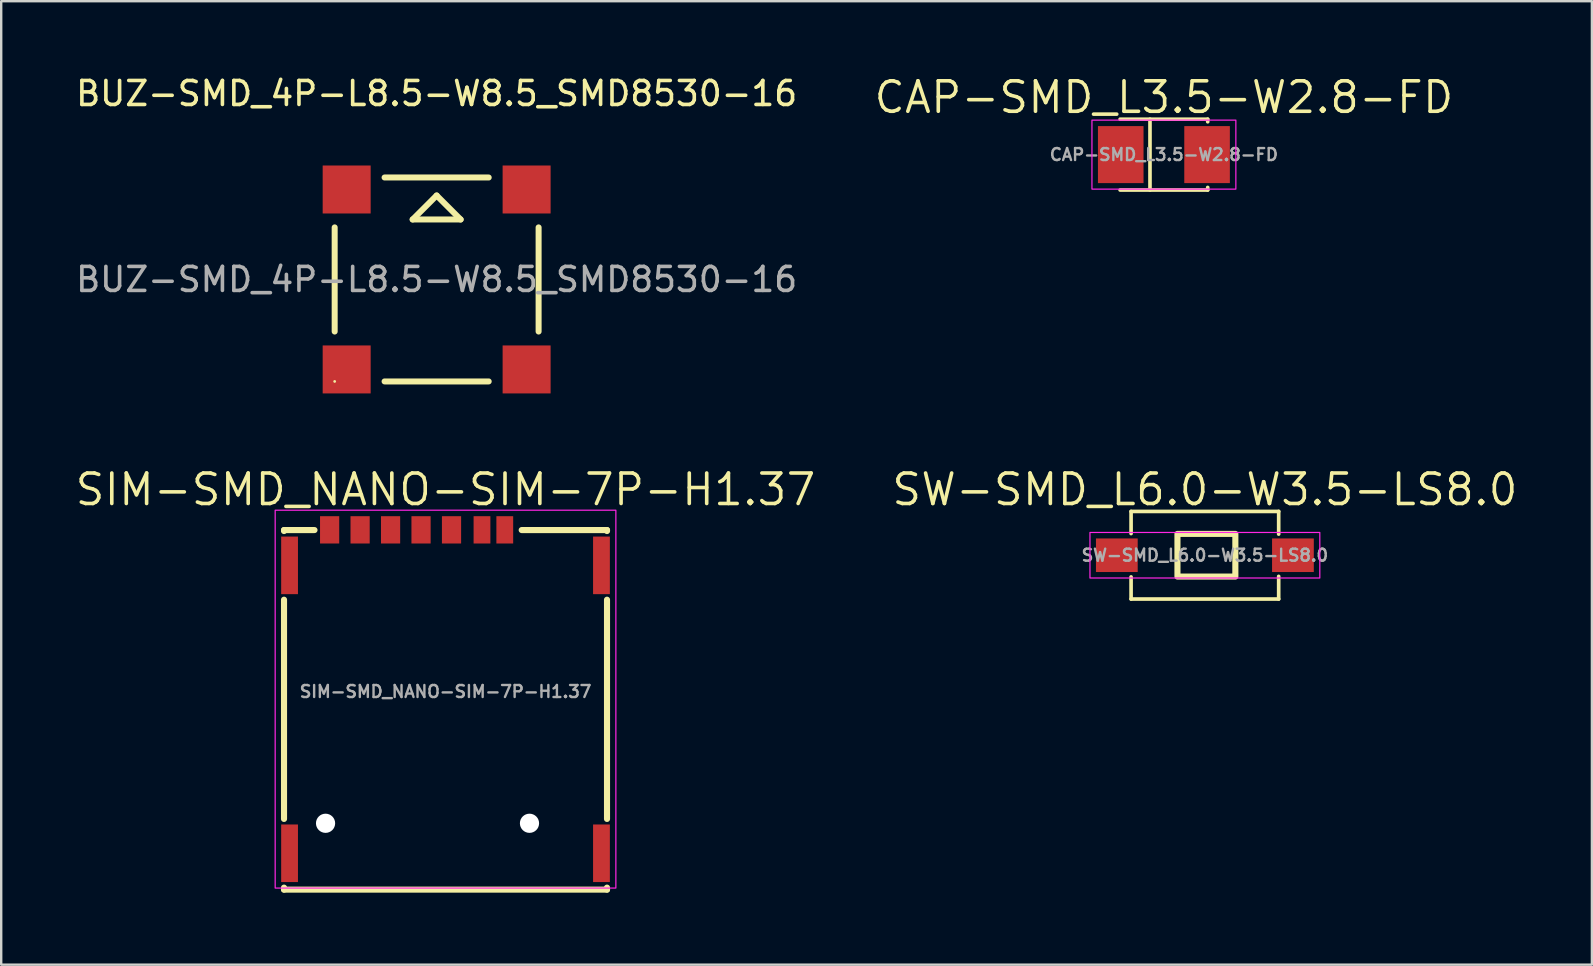
<source format=kicad_pcb>
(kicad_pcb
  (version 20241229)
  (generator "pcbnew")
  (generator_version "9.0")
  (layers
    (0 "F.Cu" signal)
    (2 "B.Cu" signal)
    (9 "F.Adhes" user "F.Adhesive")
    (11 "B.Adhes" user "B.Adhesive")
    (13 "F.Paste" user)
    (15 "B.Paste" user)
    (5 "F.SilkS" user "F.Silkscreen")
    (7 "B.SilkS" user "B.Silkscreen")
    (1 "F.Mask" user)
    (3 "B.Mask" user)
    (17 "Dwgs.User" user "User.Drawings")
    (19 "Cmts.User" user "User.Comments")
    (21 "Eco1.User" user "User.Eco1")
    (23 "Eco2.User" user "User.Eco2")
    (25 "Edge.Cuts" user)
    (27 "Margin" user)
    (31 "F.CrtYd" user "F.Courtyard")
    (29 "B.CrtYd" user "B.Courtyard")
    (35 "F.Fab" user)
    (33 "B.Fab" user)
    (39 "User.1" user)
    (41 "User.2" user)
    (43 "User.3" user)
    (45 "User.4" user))
  (footprint "BUZ-SMD_4P-L8.5-W8.5_SMD8530-16"
    (layer "F.Cu")
    (at 15.149 8.598)
    (property "Reference" "BUZ-SMD_4P-L8.5-W8.5_SMD8530-16" (at 0 -7.75 0) (layer "F.SilkS") (effects (font (size 1 1) (thickness 0.15))))
    (attr through_hole)
    (fp_line (start -4.25 2.17) (end -4.25 -2.17) (stroke (width 0.25) (type solid)) (layer "F.SilkS"))
    (fp_line (start -2.17 -4.25) (end 2.17 -4.25) (stroke (width 0.25) (type solid)) (layer "F.SilkS"))
    (fp_line (start -1 -2.5) (end 1 -2.5) (stroke (width 0.25) (type solid)) (layer "F.SilkS"))
    (fp_line (start 0 -3.5) (end -1 -2.5) (stroke (width 0.25) (type solid)) (layer "F.SilkS"))
    (fp_line (start 1 -2.5) (end 0 -3.5) (stroke (width 0.25) (type solid)) (layer "F.SilkS"))
    (fp_line (start 2.17 4.25) (end -2.17 4.25) (stroke (width 0.25) (type solid)) (layer "F.SilkS"))
    (fp_line (start 4.25 -2.17) (end 4.25 2.17) (stroke (width 0.25) (type solid)) (layer "F.SilkS"))
    (fp_circle (center -4.25 4.25) (end -4.22 4.25) (stroke (width 0.06) (type solid)) (fill no) (layer "F.SilkS"))
    (fp_text user "${REFERENCE}" (at 0 0 0) (layer "F.Fab") (effects (font (size 1 1) (thickness 0.15))))
    (pad "1" smd rect (at -3.75 3.75) (size 2 2) (layers "F.Cu" "F.Mask" "F.Paste"))
    (pad "2" smd rect (at 3.75 3.75) (size 2 2) (layers "F.Cu" "F.Mask" "F.Paste"))
    (pad "3" smd rect (at 3.75 -3.75) (size 2 2) (layers "F.Cu" "F.Mask" "F.Paste"))
    (pad "4" smd rect (at -3.75 -3.75) (size 2 2) (layers "F.Cu" "F.Mask" "F.Paste")))
  (footprint "CAP-SMD_L3.5-W2.8-FD"
    (layer "F.Cu")
    (at 45.461 3.394)
    (property "Reference" "CAP-SMD_L3.5-W2.8-FD" (at 0 -2.387 0) (layer "F.SilkS") (effects (font (size 1.27 1.27) (thickness 0.15))))
    (fp_line (start -1.826 -1.476) (end 1.826 -1.476) (stroke (width 0.152) (type default)) (layer "F.SilkS"))
    (fp_line (start -1.826 1.476) (end 1.826 1.476) (stroke (width 0.152) (type default)) (layer "F.SilkS"))
    (fp_line (start -0.58 -1.476) (end -0.58 1.476) (stroke (width 0.152) (type default)) (layer "F.SilkS"))
    (fp_line (start 1.826 -1.476) (end 1.826 -1.368) (stroke (width 0.152) (type default)) (layer "F.SilkS"))
    (fp_line (start 1.826 1.368) (end 1.826 1.476) (stroke (width 0.152) (type default)) (layer "F.SilkS"))
    (fp_rect (start -2.999 -1.438) (end 2.999 1.438) (stroke (width 0.05) (type default)) (fill no) (layer "F.CrtYd"))
    (fp_circle (center -1.75 1.4) (end -1.72 1.4) (stroke (width 0.06) (type default)) (fill no) (layer "User.5"))
    (fp_text user "${REFERENCE}" (at 0 0 0) (layer "F.Fab") (effects (font (size 0.5 0.5) (thickness 0.1))))
    (pad "1" smd rect (at -1.799 0) (size 1.9 2.376) (layers "F.Cu" "F.Mask" "F.Paste"))
    (pad "2" smd rect (at 1.799 0) (size 1.9 2.376) (layers "F.Cu" "F.Mask" "F.Paste"))
    (zone (net_name "") (layer "F.SilkS") (hatch edge 0.5) (priority 100) (connect_pads yes) (min_thickness 0) (filled_areas_thickness no) (fill yes) (polygon (pts (xy 43.253 4.946) (xy 43.253 4.734) (xy 43.711 4.734) (xy 43.711 4.946))) (filled_polygon (layer "F.SilkS") (island) (pts (xy 43.253 4.946) (xy 43.253 4.734) (xy 43.711 4.734) (xy 43.711 4.946))))
    (zone (net_name "") (layer "F.SilkS") (hatch edge 0.5) (priority 100) (connect_pads yes) (min_thickness 0) (filled_areas_thickness no) (fill yes) (polygon (pts (xy 43.711 1.841) (xy 43.711 2.053) (xy 43.253 2.053) (xy 43.253 1.841))) (filled_polygon (layer "F.SilkS") (island) (pts (xy 43.711 1.841) (xy 43.711 2.053) (xy 43.253 2.053) (xy 43.253 1.841))))
    (zone (net_name "") (layer "Dwgs.User") (hatch edge 0.5) (priority 100) (connect_pads yes) (min_thickness 0) (filled_areas_thickness no) (fill yes) (polygon (pts (xy 43.599 4.094) (xy 43.599 2.694) (xy 43.389 2.694) (xy 43.389 4.094))) (filled_polygon (layer "Dwgs.User") (island) (pts (xy 43.599 4.094) (xy 43.599 2.694) (xy 43.389 2.694) (xy 43.389 4.094))))
    (zone (net_name "") (layer "Dwgs.User") (hatch edge 0.5) (priority 100) (connect_pads yes) (min_thickness 0) (filled_areas_thickness no) (fill yes) (polygon (pts (xy 43.914 3.499) (xy 43.914 3.289) (xy 43.074 3.289) (xy 43.074 3.499))) (filled_polygon (layer "Dwgs.User") (island) (pts (xy 43.914 3.499) (xy 43.914 3.289) (xy 43.074 3.289) (xy 43.074 3.499))))
    (zone (net_name "") (layer "Dwgs.User") (hatch edge 0.5) (priority 100) (connect_pads yes) (min_thickness 0) (filled_areas_thickness no) (fill yes) (polygon (pts (xy 44.124 1.994) (xy 44.124 2.694) (xy 43.704 2.694) (xy 43.704 1.994))) (filled_polygon (layer "Dwgs.User") (island) (pts (xy 44.124 1.994) (xy 44.124 2.694) (xy 43.704 2.694) (xy 43.704 1.994))))
    (zone (net_name "") (layer "Dwgs.User") (hatch edge 0.5) (priority 100) (connect_pads yes) (min_thickness 0) (filled_areas_thickness no) (fill yes) (polygon (pts (xy 44.124 4.794) (xy 44.124 4.094) (xy 43.704 4.094) (xy 43.704 4.794))) (filled_polygon (layer "Dwgs.User") (island) (pts (xy 44.124 4.794) (xy 44.124 4.094) (xy 43.704 4.094) (xy 43.704 4.794))))
    (zone (net_name "") (layer "Dwgs.User") (hatch edge 0.5) (priority 100) (connect_pads yes) (min_thickness 0) (filled_areas_thickness no) (fill yes) (polygon (pts (xy 47.142 3.365) (xy 47.142 3.155) (xy 47.982 3.155) (xy 47.982 3.365))) (filled_polygon (layer "Dwgs.User") (island) (pts (xy 47.142 3.365) (xy 47.142 3.155) (xy 47.982 3.155) (xy 47.982 3.365))))
    (zone (net_name "") (layer "User.3") (hatch edge 0.5) (priority 100) (connect_pads yes) (min_thickness 0) (filled_areas_thickness no) (fill yes) (polygon (pts (xy 43.711 4.794) (xy 43.711 1.994) (xy 47.211 1.994) (xy 47.211 4.794))) (filled_polygon (layer "User.3") (island) (pts (xy 43.711 4.794) (xy 43.711 1.994) (xy 47.211 1.994) (xy 47.211 4.794))))
    (zone (net_name "") (layer "User.4") (hatch edge 0.5) (priority 100) (connect_pads yes) (min_thickness 0) (filled_areas_thickness no) (fill yes) (polygon (pts (xy 43.711 2.294) (xy 44.511 2.294) (xy 44.511 4.494) (xy 43.711 4.494))) (filled_polygon (layer "User.4") (island) (pts (xy 43.711 2.294) (xy 44.511 2.294) (xy 44.511 4.494) (xy 43.711 4.494))))
    (zone (net_name "") (layer "User.4") (hatch edge 0.5) (priority 100) (connect_pads yes) (min_thickness 0) (filled_areas_thickness no) (fill yes) (polygon (pts (xy 46.411 2.294) (xy 47.211 2.294) (xy 47.211 4.494) (xy 46.411 4.494))) (filled_polygon (layer "User.4") (island) (pts (xy 46.411 2.294) (xy 47.211 2.294) (xy 47.211 4.494) (xy 46.411 4.494)))))
  (footprint "SIM-SMD_NANO-SIM-7P-H1.37"
    (layer "F.Cu")
    (at 15.519 25.774)
    (property "Reference" "SIM-SMD_NANO-SIM-7P-H1.37" (at 0 -8.419 0) (layer "F.SilkS") (effects (font (size 1.27 1.27) (thickness 0.15))))
    (fp_line (start -6.731 -6.731) (end -6.731 -6.691) (stroke (width 0.254) (type default)) (layer "F.SilkS"))
    (fp_line (start -6.731 -3.828) (end -6.731 5.309) (stroke (width 0.254) (type default)) (layer "F.SilkS"))
    (fp_line (start -6.731 8.172) (end -6.731 8.255) (stroke (width 0.254) (type default)) (layer "F.SilkS"))
    (fp_line (start -6.731 8.255) (end 6.731 8.255) (stroke (width 0.254) (type default)) (layer "F.SilkS"))
    (fp_line (start -5.461 -6.731) (end -6.731 -6.731) (stroke (width 0.254) (type default)) (layer "F.SilkS"))
    (fp_line (start 3.175 -6.731) (end 6.731 -6.731) (stroke (width 0.254) (type default)) (layer "F.SilkS"))
    (fp_line (start 6.731 -6.691) (end 6.731 -6.731) (stroke (width 0.254) (type default)) (layer "F.SilkS"))
    (fp_line (start 6.731 5.309) (end 6.731 -3.828) (stroke (width 0.254) (type default)) (layer "F.SilkS"))
    (fp_line (start 6.731 8.255) (end 6.731 8.172) (stroke (width 0.254) (type default)) (layer "F.SilkS"))
    (fp_circle (center -5 5.49) (end -4.85 5.49) (stroke (width 0.3) (type default)) (fill no) (layer "Dwgs.User"))
    (fp_circle (center 3.5 5.49) (end 3.65 5.49) (stroke (width 0.3) (type default)) (fill no) (layer "Dwgs.User"))
    (fp_rect (start -7.1 -7.559) (end 7.1 8.19) (stroke (width 0.05) (type default)) (fill no) (layer "F.CrtYd"))
    (fp_circle (center 6.5 -7.23) (end 6.53 -7.23) (stroke (width 0.06) (type default)) (fill no) (layer "User.5"))
    (fp_text user "${REFERENCE}" (at 0 0 0) (layer "F.Fab") (effects (font (size 0.5 0.5) (thickness 0.1))))
    (pad "" np_thru_hole circle (at -5 5.49) (size 0.8 0.8) (drill 0.8) (layers "*.Cu" "*.Mask"))
    (pad "" np_thru_hole circle (at 3.5 5.49) (size 0.8 0.8) (drill 0.8) (layers "*.Cu" "*.Mask"))
    (pad "8" smd rect (at 6.5 -5.26) (size 0.7 2.4) (layers "F.Cu" "F.Mask" "F.Paste"))
    (pad "9" smd rect (at -6.5 -5.26) (size 0.7 2.4) (layers "F.Cu" "F.Mask" "F.Paste"))
    (pad "10" smd rect (at -6.5 6.74) (size 0.7 2.4) (layers "F.Cu" "F.Mask" "F.Paste"))
    (pad "11" smd rect (at 6.5 6.74) (size 0.7 2.4) (layers "F.Cu" "F.Mask" "F.Paste"))
    (pad "C1" smd rect (at 0.25 -6.74) (size 0.8 1.138) (layers "F.Cu" "F.Mask" "F.Paste"))
    (pad "C2" smd rect (at -2.29 -6.74) (size 0.8 1.138) (layers "F.Cu" "F.Mask" "F.Paste"))
    (pad "C3" smd rect (at -4.83 -6.74) (size 0.8 1.138) (layers "F.Cu" "F.Mask" "F.Paste"))
    (pad "C5" smd rect (at 1.52 -6.74) (size 0.7 1.138) (layers "F.Cu" "F.Mask" "F.Paste"))
    (pad "C6" smd rect (at -1.02 -6.74) (size 0.8 1.138) (layers "F.Cu" "F.Mask" "F.Paste"))
    (pad "C7" smd rect (at -3.56 -6.74) (size 0.8 1.138) (layers "F.Cu" "F.Mask" "F.Paste"))
    (pad "CD" smd rect (at 2.47 -6.74) (size 0.7 1.138) (layers "F.Cu" "F.Mask" "F.Paste"))
    (zone (net_name "") (layer "User.3") (hatch edge 0.5) (priority 100) (connect_pads yes) (min_thickness 0) (filled_areas_thickness no) (fill yes) (polygon (pts (xy 9.37 33.265) (xy 9.37 19.545) (xy 21.669 19.545) (xy 21.669 33.265))) (filled_polygon (layer "User.3") (island) (pts (xy 9.37 33.265) (xy 9.37 19.545) (xy 21.669 19.545) (xy 21.669 33.265))))
    (zone (net_name "") (layer "User.4") (hatch edge 0.5) (priority 100) (connect_pads yes) (min_thickness 0) (filled_areas_thickness no) (fill yes) (polygon (pts (xy 9.02 19.764) (xy 9.42 19.764) (xy 9.42 21.264) (xy 9.02 21.264))) (filled_polygon (layer "User.4") (island) (pts (xy 9.02 19.764) (xy 9.42 19.764) (xy 9.42 21.264) (xy 9.02 21.264))))
    (zone (net_name "") (layer "User.4") (hatch edge 0.5) (priority 100) (connect_pads yes) (min_thickness 0) (filled_areas_thickness no) (fill yes) (polygon (pts (xy 9.02 31.764) (xy 9.42 31.764) (xy 9.42 33.264) (xy 9.02 33.264))) (filled_polygon (layer "User.4") (island) (pts (xy 9.02 31.764) (xy 9.42 31.764) (xy 9.42 33.264) (xy 9.02 33.264))))
    (zone (net_name "") (layer "User.4") (hatch edge 0.5) (priority 100) (connect_pads yes) (min_thickness 0) (filled_areas_thickness no) (fill yes) (polygon (pts (xy 10.49 18.545) (xy 10.89 18.545) (xy 10.89 19.245) (xy 10.49 19.245))) (filled_polygon (layer "User.4") (island) (pts (xy 10.49 18.545) (xy 10.89 18.545) (xy 10.89 19.245) (xy 10.49 19.245))))
    (zone (net_name "") (layer "User.4") (hatch edge 0.5) (priority 100) (connect_pads) (min_thickness 0) (filled_areas_thickness no) (keepout (tracks allowed) (vias allowed) (pads allowed) (copperpour not_allowed) (footprints allowed)) (placement (enabled no)) (fill) (polygon (pts (xy 10.89 18.544) (xy 10.49 18.544) (xy 10.49 19.554) (xy 10.89 19.554))))
    (zone (net_name "") (layer "User.4") (hatch edge 0.5) (priority 100) (connect_pads yes) (min_thickness 0) (filled_areas_thickness no) (fill yes) (polygon (pts (xy 11.76 18.545) (xy 12.16 18.545) (xy 12.16 19.245) (xy 11.76 19.245))) (filled_polygon (layer "User.4") (island) (pts (xy 11.76 18.545) (xy 12.16 18.545) (xy 12.16 19.245) (xy 11.76 19.245))))
    (zone (net_name "") (layer "User.4") (hatch edge 0.5) (priority 100) (connect_pads) (min_thickness 0) (filled_areas_thickness no) (keepout (tracks allowed) (vias allowed) (pads allowed) (copperpour not_allowed) (footprints allowed)) (placement (enabled no)) (fill) (polygon (pts (xy 12.16 18.544) (xy 11.76 18.544) (xy 11.76 19.554) (xy 12.16 19.554))))
    (zone (net_name "") (layer "User.4") (hatch edge 0.5) (priority 100) (connect_pads yes) (min_thickness 0) (filled_areas_thickness no) (fill yes) (polygon (pts (xy 13.03 18.545) (xy 13.43 18.545) (xy 13.43 19.245) (xy 13.03 19.245))) (filled_polygon (layer "User.4") (island) (pts (xy 13.03 18.545) (xy 13.43 18.545) (xy 13.43 19.245) (xy 13.03 19.245))))
    (zone (net_name "") (layer "User.4") (hatch edge 0.5) (priority 100) (connect_pads) (min_thickness 0) (filled_areas_thickness no) (keepout (tracks allowed) (vias allowed) (pads allowed) (copperpour not_allowed) (footprints allowed)) (placement (enabled no)) (fill) (polygon (pts (xy 13.429 18.544) (xy 13.029 18.544) (xy 13.029 19.554) (xy 13.429 19.554))))
    (zone (net_name "") (layer "User.4") (hatch edge 0.5) (priority 100) (connect_pads yes) (min_thickness 0) (filled_areas_thickness no) (fill yes) (polygon (pts (xy 14.3 18.545) (xy 14.7 18.545) (xy 14.7 19.245) (xy 14.3 19.245))) (filled_polygon (layer "User.4") (island) (pts (xy 14.3 18.545) (xy 14.7 18.545) (xy 14.7 19.245) (xy 14.3 19.245))))
    (zone (net_name "") (layer "User.4") (hatch edge 0.5) (priority 100) (connect_pads) (min_thickness 0) (filled_areas_thickness no) (keepout (tracks allowed) (vias allowed) (pads allowed) (copperpour not_allowed) (footprints allowed)) (placement (enabled no)) (fill) (polygon (pts (xy 14.7 18.544) (xy 14.3 18.544) (xy 14.3 19.554) (xy 14.7 19.554))))
    (zone (net_name "") (layer "User.4") (hatch edge 0.5) (priority 100) (connect_pads yes) (min_thickness 0) (filled_areas_thickness no) (fill yes) (polygon (pts (xy 15.57 18.545) (xy 15.97 18.545) (xy 15.97 19.245) (xy 15.57 19.245))) (filled_polygon (layer "User.4") (island) (pts (xy 15.57 18.545) (xy 15.97 18.545) (xy 15.97 19.245) (xy 15.57 19.245))))
    (zone (net_name "") (layer "User.4") (hatch edge 0.5) (priority 100) (connect_pads) (min_thickness 0) (filled_areas_thickness no) (keepout (tracks allowed) (vias allowed) (pads allowed) (copperpour not_allowed) (footprints allowed)) (placement (enabled no)) (fill) (polygon (pts (xy 15.97 18.544) (xy 15.57 18.544) (xy 15.57 19.554) (xy 15.97 19.554))))
    (zone (net_name "") (layer "User.4") (hatch edge 0.5) (priority 100) (connect_pads yes) (min_thickness 0) (filled_areas_thickness no) (fill yes) (polygon (pts (xy 16.84 18.545) (xy 17.24 18.545) (xy 17.24 19.245) (xy 16.84 19.245))) (filled_polygon (layer "User.4") (island) (pts (xy 16.84 18.545) (xy 17.24 18.545) (xy 17.24 19.245) (xy 16.84 19.245))))
    (zone (net_name "") (layer "User.4") (hatch edge 0.5) (priority 100) (connect_pads) (min_thickness 0) (filled_areas_thickness no) (keepout (tracks allowed) (vias allowed) (pads allowed) (copperpour not_allowed) (footprints allowed)) (placement (enabled no)) (fill) (polygon (pts (xy 17.24 18.544) (xy 16.84 18.544) (xy 16.84 19.554) (xy 17.24 19.554))))
    (zone (net_name "") (layer "User.4") (hatch edge 0.5) (priority 100) (connect_pads yes) (min_thickness 0) (filled_areas_thickness no) (fill yes) (polygon (pts (xy 17.789 18.545) (xy 18.189 18.545) (xy 18.189 19.245) (xy 17.789 19.245))) (filled_polygon (layer "User.4") (island) (pts (xy 17.789 18.545) (xy 18.189 18.545) (xy 18.189 19.245) (xy 17.789 19.245))))
    (zone (net_name "") (layer "User.4") (hatch edge 0.5) (priority 100) (connect_pads) (min_thickness 0) (filled_areas_thickness no) (keepout (tracks allowed) (vias allowed) (pads allowed) (copperpour not_allowed) (footprints allowed)) (placement (enabled no)) (fill) (polygon (pts (xy 18.189 18.544) (xy 17.789 18.544) (xy 17.789 19.554) (xy 18.189 19.554))))
    (zone (net_name "") (layer "User.4") (hatch edge 0.5) (priority 100) (connect_pads yes) (min_thickness 0) (filled_areas_thickness no) (fill yes) (polygon (pts (xy 21.619 19.764) (xy 22.019 19.764) (xy 22.019 21.264) (xy 21.619 21.264))) (filled_polygon (layer "User.4") (island) (pts (xy 21.619 19.764) (xy 22.019 19.764) (xy 22.019 21.264) (xy 21.619 21.264))))
    (zone (net_name "") (layer "User.4") (hatch edge 0.5) (priority 100) (connect_pads yes) (min_thickness 0) (filled_areas_thickness no) (fill yes) (polygon (pts (xy 21.619 31.764) (xy 22.019 31.764) (xy 22.019 33.264) (xy 21.619 33.264))) (filled_polygon (layer "User.4") (island) (pts (xy 21.619 31.764) (xy 22.019 31.764) (xy 22.019 33.264) (xy 21.619 33.264)))))
  (footprint "SW-SMD_L6.0-W3.5-LS8.0"
    (layer "F.Cu")
    (at 47.169 20.092)
    (property "Reference" "SW-SMD_L6.0-W3.5-LS8.0" (at 0 -2.737 0) (layer "F.SilkS") (effects (font (size 1.27 1.27) (thickness 0.15))))
    (fp_line (start -3.076 -1.826) (end -3.076 -0.903) (stroke (width 0.152) (type default)) (layer "F.SilkS"))
    (fp_line (start -3.076 1.826) (end -3.076 0.903) (stroke (width 0.152) (type default)) (layer "F.SilkS"))
    (fp_line (start 3.076 -1.826) (end -3.076 -1.826) (stroke (width 0.152) (type default)) (layer "F.SilkS"))
    (fp_line (start 3.076 -1.826) (end 3.076 -0.88) (stroke (width 0.152) (type default)) (layer "F.SilkS"))
    (fp_line (start 3.076 0.88) (end 3.076 1.826) (stroke (width 0.152) (type default)) (layer "F.SilkS"))
    (fp_line (start 3.076 1.826) (end -3.076 1.826) (stroke (width 0.152) (type default)) (layer "F.SilkS"))
    (fp_rect (start -1.143 -0.889) (end 1.27 0.889) (stroke (width 0.254) (type default)) (fill no) (layer "F.SilkS"))
    (fp_rect (start -4.79 -0.95) (end 4.79 0.95) (stroke (width 0.05) (type default)) (fill no) (layer "F.CrtYd"))
    (fp_circle (center -4 1.75) (end -3.97 1.75) (stroke (width 0.06) (type default)) (fill no) (layer "User.5"))
    (fp_text user "${REFERENCE}" (at 0 0 0) (layer "F.Fab") (effects (font (size 0.5 0.5) (thickness 0.1))))
    (pad "1" smd rect (at -3.67 0) (size 1.74 1.4) (layers "F.Cu" "F.Mask" "F.Paste"))
    (pad "2" smd rect (at 3.67 0) (size 1.74 1.4) (layers "F.Cu" "F.Mask" "F.Paste"))
    (zone (net_name "") (layer "User.3") (hatch edge 0.5) (priority 100) (connect_pads yes) (min_thickness 0) (filled_areas_thickness no) (fill yes) (polygon (pts (xy 50.169 18.342) (xy 50.169 21.842) (xy 44.169 21.842) (xy 44.169 18.342))) (filled_polygon (layer "User.3") (island) (pts (xy 50.169 18.342) (xy 50.169 21.842) (xy 44.169 21.842) (xy 44.169 18.342))))
    (zone (net_name "") (layer "User.4") (hatch edge 0.5) (priority 100) (connect_pads yes) (min_thickness 0) (filled_areas_thickness no) (fill yes) (polygon (pts (xy 43.169 19.592) (xy 43.169 20.592) (xy 44.069 20.592) (xy 44.069 19.592))) (filled_polygon (layer "User.4") (island) (pts (xy 43.169 19.592) (xy 43.169 20.592) (xy 44.069 20.592) (xy 44.069 19.592))))
    (zone (net_name "") (layer "User.4") (hatch edge 0.5) (priority 100) (connect_pads) (min_thickness 0) (filled_areas_thickness no) (keepout (tracks allowed) (vias allowed) (pads allowed) (copperpour not_allowed) (footprints allowed)) (placement (enabled no)) (fill) (polygon (pts (xy 44.179 19.592) (xy 44.179 20.592) (xy 44.059 20.592) (xy 44.059 19.592))))
    (zone (net_name "") (layer "User.4") (hatch edge 0.5) (priority 100) (connect_pads) (min_thickness 0) (filled_areas_thickness no) (keepout (tracks allowed) (vias allowed) (pads allowed) (copperpour not_allowed) (footprints allowed)) (placement (enabled no)) (fill) (polygon (pts (xy 50.159 19.592) (xy 50.159 20.592) (xy 50.279 20.592) (xy 50.279 19.592))))
    (zone (net_name "") (layer "User.4") (hatch edge 0.5) (priority 100) (connect_pads yes) (min_thickness 0) (filled_areas_thickness no) (fill yes) (polygon (pts (xy 51.169 19.592) (xy 51.169 20.592) (xy 50.269 20.592) (xy 50.269 19.592))) (filled_polygon (layer "User.4") (island) (pts (xy 51.169 19.592) (xy 51.169 20.592) (xy 50.269 20.592) (xy 50.269 19.592)))))
  (gr_rect
    (start -3 -3)
    (end 63.3 37.156)
    (stroke (width 0.1) (type default))
    (fill no)
    (layer "Edge.Cuts")))
</source>
